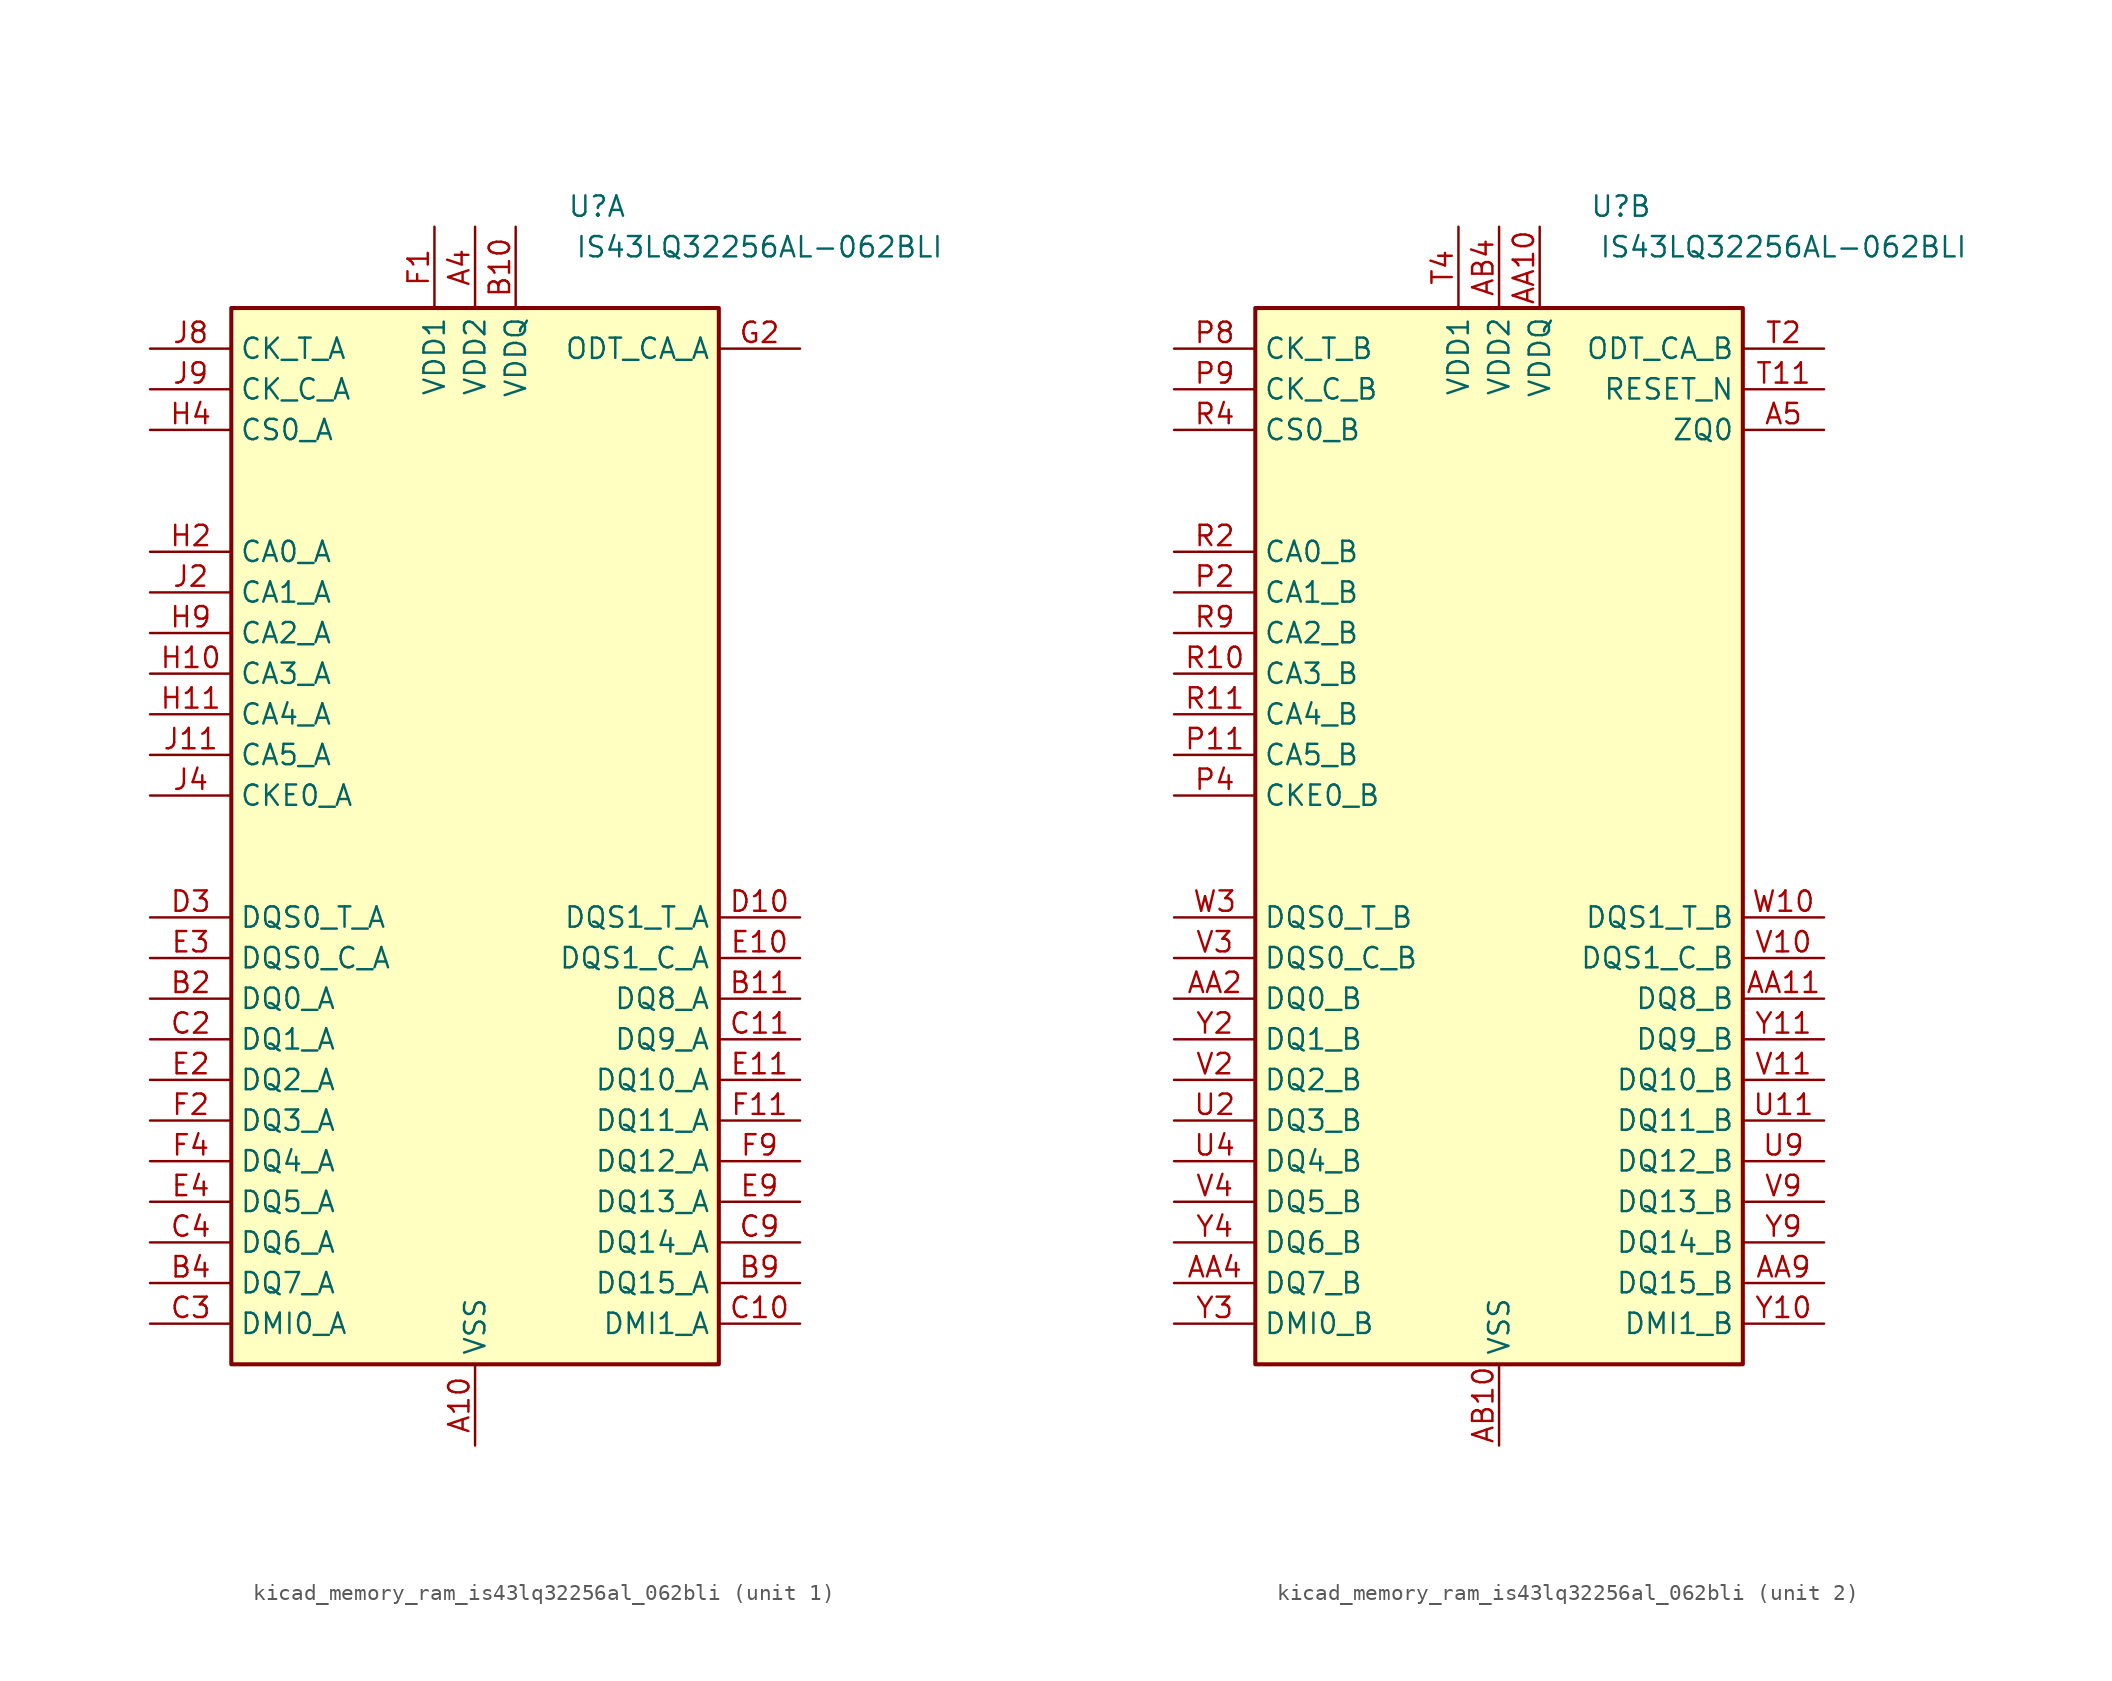
<source format=kicad_sym>
(kicad_symbol_lib
  (version 20220914)
  (generator kicad_symbol_editor)
  (symbol "kicad_memory_ram_is43lq32256al_062bli"
    (property "Reference" "U"
      (at 7.62 39.37 0)
      (effects (font (size 1.27 1.27))))
    (property "Value" "IS43LQ32256AL-062BLI"
      (at 17.78 36.83 0)
      (effects (font (size 1.27 1.27))))
    (property "ki_locked" ""
      (at 0 0 0)
      (effects (font (size 1.27 1.27))))
    (symbol "kicad_memory_ram_is43lq32256al_062bli_1_0"
      (rectangle (start -15.24 -33.02) (end 15.24 33.02) (stroke (width 0.254) (type default)) (fill (type background))))
    (symbol "kicad_memory_ram_is43lq32256al_062bli_1_1"
      (pin no_connect line (at 15.24 12.7 180) (length 5.08) hide (name "DNU" (effects (font (size 1.27 1.27)))) (number "A1" (effects (font (size 1.27 1.27)))))
      (pin power_in line (at 0 -38.1 90) (length 5.08) (name "VSS" (effects (font (size 1.27 1.27)))) (number "A10" (effects (font (size 1.27 1.27)))))
      (pin no_connect line (at 15.24 7.62 180) (length 5.08) hide (name "DNU" (effects (font (size 1.27 1.27)))) (number "A11" (effects (font (size 1.27 1.27)))))
      (pin no_connect line (at 15.24 5.08 180) (length 5.08) hide (name "DNU" (effects (font (size 1.27 1.27)))) (number "A12" (effects (font (size 1.27 1.27)))))
      (pin no_connect line (at 15.24 10.16 180) (length 5.08) hide (name "DNU" (effects (font (size 1.27 1.27)))) (number "A2" (effects (font (size 1.27 1.27)))))
      (pin passive line (at 0 -38.1 90) (length 5.08) hide (name "VSS" (effects (font (size 1.27 1.27)))) (number "A3" (effects (font (size 1.27 1.27)))))
      (pin power_in line (at 0 38.1 270) (length 5.08) (name "VDD2" (effects (font (size 1.27 1.27)))) (number "A4" (effects (font (size 1.27 1.27)))))
      (pin passive line (at 0 38.1 270) (length 5.08) hide (name "VDD2" (effects (font (size 1.27 1.27)))) (number "A9" (effects (font (size 1.27 1.27)))))
      (pin no_connect line (at 15.24 2.54 180) (length 5.08) hide (name "DNU" (effects (font (size 1.27 1.27)))) (number "B1" (effects (font (size 1.27 1.27)))))
      (pin power_in line (at 2.54 38.1 270) (length 5.08) (name "VDDQ" (effects (font (size 1.27 1.27)))) (number "B10" (effects (font (size 1.27 1.27)))))
      (pin bidirectional line (at 20.32 -10.16 180) (length 5.08) (name "DQ8_A" (effects (font (size 1.27 1.27)))) (number "B11" (effects (font (size 1.27 1.27)))))
      (pin no_connect line (at 15.24 0 180) (length 5.08) hide (name "DNU" (effects (font (size 1.27 1.27)))) (number "B12" (effects (font (size 1.27 1.27)))))
      (pin bidirectional line (at -20.32 -10.16 0) (length 5.08) (name "DQ0_A" (effects (font (size 1.27 1.27)))) (number "B2" (effects (font (size 1.27 1.27)))))
      (pin passive line (at 2.54 38.1 270) (length 5.08) hide (name "VDDQ" (effects (font (size 1.27 1.27)))) (number "B3" (effects (font (size 1.27 1.27)))))
      (pin bidirectional line (at -20.32 -27.94 0) (length 5.08) (name "DQ7_A" (effects (font (size 1.27 1.27)))) (number "B4" (effects (font (size 1.27 1.27)))))
      (pin passive line (at 2.54 38.1 270) (length 5.08) hide (name "VDDQ" (effects (font (size 1.27 1.27)))) (number "B5" (effects (font (size 1.27 1.27)))))
      (pin passive line (at 2.54 38.1 270) (length 5.08) hide (name "VDDQ" (effects (font (size 1.27 1.27)))) (number "B8" (effects (font (size 1.27 1.27)))))
      (pin bidirectional line (at 20.32 -27.94 180) (length 5.08) (name "DQ15_A" (effects (font (size 1.27 1.27)))) (number "B9" (effects (font (size 1.27 1.27)))))
      (pin passive line (at 0 -38.1 90) (length 5.08) hide (name "VSS" (effects (font (size 1.27 1.27)))) (number "C1" (effects (font (size 1.27 1.27)))))
      (pin bidirectional line (at 20.32 -30.48 180) (length 5.08) (name "DMI1_A" (effects (font (size 1.27 1.27)))) (number "C10" (effects (font (size 1.27 1.27)))))
      (pin bidirectional line (at 20.32 -12.7 180) (length 5.08) (name "DQ9_A" (effects (font (size 1.27 1.27)))) (number "C11" (effects (font (size 1.27 1.27)))))
      (pin passive line (at 0 -38.1 90) (length 5.08) hide (name "VSS" (effects (font (size 1.27 1.27)))) (number "C12" (effects (font (size 1.27 1.27)))))
      (pin bidirectional line (at -20.32 -12.7 0) (length 5.08) (name "DQ1_A" (effects (font (size 1.27 1.27)))) (number "C2" (effects (font (size 1.27 1.27)))))
      (pin bidirectional line (at -20.32 -30.48 0) (length 5.08) (name "DMI0_A" (effects (font (size 1.27 1.27)))) (number "C3" (effects (font (size 1.27 1.27)))))
      (pin bidirectional line (at -20.32 -25.4 0) (length 5.08) (name "DQ6_A" (effects (font (size 1.27 1.27)))) (number "C4" (effects (font (size 1.27 1.27)))))
      (pin passive line (at 0 -38.1 90) (length 5.08) hide (name "VSS" (effects (font (size 1.27 1.27)))) (number "C5" (effects (font (size 1.27 1.27)))))
      (pin passive line (at 0 -38.1 90) (length 5.08) hide (name "VSS" (effects (font (size 1.27 1.27)))) (number "C8" (effects (font (size 1.27 1.27)))))
      (pin bidirectional line (at 20.32 -25.4 180) (length 5.08) (name "DQ14_A" (effects (font (size 1.27 1.27)))) (number "C9" (effects (font (size 1.27 1.27)))))
      (pin passive line (at 2.54 38.1 270) (length 5.08) hide (name "VDDQ" (effects (font (size 1.27 1.27)))) (number "D1" (effects (font (size 1.27 1.27)))))
      (pin bidirectional line (at 20.32 -5.08 180) (length 5.08) (name "DQS1_T_A" (effects (font (size 1.27 1.27)))) (number "D10" (effects (font (size 1.27 1.27)))))
      (pin passive line (at 0 -38.1 90) (length 5.08) hide (name "VSS" (effects (font (size 1.27 1.27)))) (number "D11" (effects (font (size 1.27 1.27)))))
      (pin passive line (at 2.54 38.1 270) (length 5.08) hide (name "VDDQ" (effects (font (size 1.27 1.27)))) (number "D12" (effects (font (size 1.27 1.27)))))
      (pin passive line (at 0 -38.1 90) (length 5.08) hide (name "VSS" (effects (font (size 1.27 1.27)))) (number "D2" (effects (font (size 1.27 1.27)))))
      (pin bidirectional line (at -20.32 -5.08 0) (length 5.08) (name "DQS0_T_A" (effects (font (size 1.27 1.27)))) (number "D3" (effects (font (size 1.27 1.27)))))
      (pin passive line (at 0 -38.1 90) (length 5.08) hide (name "VSS" (effects (font (size 1.27 1.27)))) (number "D4" (effects (font (size 1.27 1.27)))))
      (pin passive line (at 2.54 38.1 270) (length 5.08) hide (name "VDDQ" (effects (font (size 1.27 1.27)))) (number "D5" (effects (font (size 1.27 1.27)))))
      (pin passive line (at 2.54 38.1 270) (length 5.08) hide (name "VDDQ" (effects (font (size 1.27 1.27)))) (number "D8" (effects (font (size 1.27 1.27)))))
      (pin passive line (at 0 -38.1 90) (length 5.08) hide (name "VSS" (effects (font (size 1.27 1.27)))) (number "D9" (effects (font (size 1.27 1.27)))))
      (pin passive line (at 0 -38.1 90) (length 5.08) hide (name "VSS" (effects (font (size 1.27 1.27)))) (number "E1" (effects (font (size 1.27 1.27)))))
      (pin bidirectional line (at 20.32 -7.62 180) (length 5.08) (name "DQS1_C_A" (effects (font (size 1.27 1.27)))) (number "E10" (effects (font (size 1.27 1.27)))))
      (pin bidirectional line (at 20.32 -15.24 180) (length 5.08) (name "DQ10_A" (effects (font (size 1.27 1.27)))) (number "E11" (effects (font (size 1.27 1.27)))))
      (pin passive line (at 0 -38.1 90) (length 5.08) hide (name "VSS" (effects (font (size 1.27 1.27)))) (number "E12" (effects (font (size 1.27 1.27)))))
      (pin bidirectional line (at -20.32 -15.24 0) (length 5.08) (name "DQ2_A" (effects (font (size 1.27 1.27)))) (number "E2" (effects (font (size 1.27 1.27)))))
      (pin bidirectional line (at -20.32 -7.62 0) (length 5.08) (name "DQS0_C_A" (effects (font (size 1.27 1.27)))) (number "E3" (effects (font (size 1.27 1.27)))))
      (pin bidirectional line (at -20.32 -22.86 0) (length 5.08) (name "DQ5_A" (effects (font (size 1.27 1.27)))) (number "E4" (effects (font (size 1.27 1.27)))))
      (pin passive line (at 0 -38.1 90) (length 5.08) hide (name "VSS" (effects (font (size 1.27 1.27)))) (number "E5" (effects (font (size 1.27 1.27)))))
      (pin passive line (at 0 -38.1 90) (length 5.08) hide (name "VSS" (effects (font (size 1.27 1.27)))) (number "E8" (effects (font (size 1.27 1.27)))))
      (pin bidirectional line (at 20.32 -22.86 180) (length 5.08) (name "DQ13_A" (effects (font (size 1.27 1.27)))) (number "E9" (effects (font (size 1.27 1.27)))))
      (pin power_in line (at -2.54 38.1 270) (length 5.08) (name "VDD1" (effects (font (size 1.27 1.27)))) (number "F1" (effects (font (size 1.27 1.27)))))
      (pin passive line (at 2.54 38.1 270) (length 5.08) hide (name "VDDQ" (effects (font (size 1.27 1.27)))) (number "F10" (effects (font (size 1.27 1.27)))))
      (pin bidirectional line (at 20.32 -17.78 180) (length 5.08) (name "DQ11_A" (effects (font (size 1.27 1.27)))) (number "F11" (effects (font (size 1.27 1.27)))))
      (pin passive line (at -2.54 38.1 270) (length 5.08) hide (name "VDD1" (effects (font (size 1.27 1.27)))) (number "F12" (effects (font (size 1.27 1.27)))))
      (pin bidirectional line (at -20.32 -17.78 0) (length 5.08) (name "DQ3_A" (effects (font (size 1.27 1.27)))) (number "F2" (effects (font (size 1.27 1.27)))))
      (pin passive line (at 2.54 38.1 270) (length 5.08) hide (name "VDDQ" (effects (font (size 1.27 1.27)))) (number "F3" (effects (font (size 1.27 1.27)))))
      (pin bidirectional line (at -20.32 -20.32 0) (length 5.08) (name "DQ4_A" (effects (font (size 1.27 1.27)))) (number "F4" (effects (font (size 1.27 1.27)))))
      (pin passive line (at 0 38.1 270) (length 5.08) hide (name "VDD2" (effects (font (size 1.27 1.27)))) (number "F5" (effects (font (size 1.27 1.27)))))
      (pin passive line (at 0 38.1 270) (length 5.08) hide (name "VDD2" (effects (font (size 1.27 1.27)))) (number "F8" (effects (font (size 1.27 1.27)))))
      (pin bidirectional line (at 20.32 -20.32 180) (length 5.08) (name "DQ12_A" (effects (font (size 1.27 1.27)))) (number "F9" (effects (font (size 1.27 1.27)))))
      (pin passive line (at 0 -38.1 90) (length 5.08) hide (name "VSS" (effects (font (size 1.27 1.27)))) (number "G1" (effects (font (size 1.27 1.27)))))
      (pin passive line (at 0 -38.1 90) (length 5.08) hide (name "VSS" (effects (font (size 1.27 1.27)))) (number "G10" (effects (font (size 1.27 1.27)))))
      (pin passive line (at 0 -38.1 90) (length 5.08) hide (name "VSS" (effects (font (size 1.27 1.27)))) (number "G12" (effects (font (size 1.27 1.27)))))
      (pin input line (at 20.32 30.48 180) (length 5.08) (name "ODT_CA_A" (effects (font (size 1.27 1.27)))) (number "G2" (effects (font (size 1.27 1.27)))))
      (pin passive line (at 0 -38.1 90) (length 5.08) hide (name "VSS" (effects (font (size 1.27 1.27)))) (number "G3" (effects (font (size 1.27 1.27)))))
      (pin passive line (at -2.54 38.1 270) (length 5.08) hide (name "VDD1" (effects (font (size 1.27 1.27)))) (number "G4" (effects (font (size 1.27 1.27)))))
      (pin passive line (at 0 -38.1 90) (length 5.08) hide (name "VSS" (effects (font (size 1.27 1.27)))) (number "G5" (effects (font (size 1.27 1.27)))))
      (pin passive line (at 0 -38.1 90) (length 5.08) hide (name "VSS" (effects (font (size 1.27 1.27)))) (number "G8" (effects (font (size 1.27 1.27)))))
      (pin passive line (at -2.54 38.1 270) (length 5.08) hide (name "VDD1" (effects (font (size 1.27 1.27)))) (number "G9" (effects (font (size 1.27 1.27)))))
      (pin passive line (at 0 38.1 270) (length 5.08) hide (name "VDD2" (effects (font (size 1.27 1.27)))) (number "H1" (effects (font (size 1.27 1.27)))))
      (pin input line (at -20.32 10.16 0) (length 5.08) (name "CA3_A" (effects (font (size 1.27 1.27)))) (number "H10" (effects (font (size 1.27 1.27)))))
      (pin input line (at -20.32 7.62 0) (length 5.08) (name "CA4_A" (effects (font (size 1.27 1.27)))) (number "H11" (effects (font (size 1.27 1.27)))))
      (pin passive line (at 0 38.1 270) (length 5.08) hide (name "VDD2" (effects (font (size 1.27 1.27)))) (number "H12" (effects (font (size 1.27 1.27)))))
      (pin input line (at -20.32 17.78 0) (length 5.08) (name "CA0_A" (effects (font (size 1.27 1.27)))) (number "H2" (effects (font (size 1.27 1.27)))))
      (pin no_connect line (at -15.24 22.86 0) (length 5.08) hide (name "NC" (effects (font (size 1.27 1.27)))) (number "H3" (effects (font (size 1.27 1.27)))))
      (pin input line (at -20.32 25.4 0) (length 5.08) (name "CS0_A" (effects (font (size 1.27 1.27)))) (number "H4" (effects (font (size 1.27 1.27)))))
      (pin passive line (at 0 38.1 270) (length 5.08) hide (name "VDD2" (effects (font (size 1.27 1.27)))) (number "H5" (effects (font (size 1.27 1.27)))))
      (pin passive line (at 0 38.1 270) (length 5.08) hide (name "VDD2" (effects (font (size 1.27 1.27)))) (number "H8" (effects (font (size 1.27 1.27)))))
      (pin input line (at -20.32 12.7 0) (length 5.08) (name "CA2_A" (effects (font (size 1.27 1.27)))) (number "H9" (effects (font (size 1.27 1.27)))))
      (pin passive line (at 0 -38.1 90) (length 5.08) hide (name "VSS" (effects (font (size 1.27 1.27)))) (number "J1" (effects (font (size 1.27 1.27)))))
      (pin passive line (at 0 -38.1 90) (length 5.08) hide (name "VSS" (effects (font (size 1.27 1.27)))) (number "J10" (effects (font (size 1.27 1.27)))))
      (pin input line (at -20.32 5.08 0) (length 5.08) (name "CA5_A" (effects (font (size 1.27 1.27)))) (number "J11" (effects (font (size 1.27 1.27)))))
      (pin passive line (at 0 -38.1 90) (length 5.08) hide (name "VSS" (effects (font (size 1.27 1.27)))) (number "J12" (effects (font (size 1.27 1.27)))))
      (pin input line (at -20.32 15.24 0) (length 5.08) (name "CA1_A" (effects (font (size 1.27 1.27)))) (number "J2" (effects (font (size 1.27 1.27)))))
      (pin passive line (at 0 -38.1 90) (length 5.08) hide (name "VSS" (effects (font (size 1.27 1.27)))) (number "J3" (effects (font (size 1.27 1.27)))))
      (pin input line (at -20.32 2.54 0) (length 5.08) (name "CKE0_A" (effects (font (size 1.27 1.27)))) (number "J4" (effects (font (size 1.27 1.27)))))
      (pin no_connect line (at -15.24 0 0) (length 5.08) hide (name "NC" (effects (font (size 1.27 1.27)))) (number "J5" (effects (font (size 1.27 1.27)))))
      (pin input line (at -20.32 30.48 0) (length 5.08) (name "CK_T_A" (effects (font (size 1.27 1.27)))) (number "J8" (effects (font (size 1.27 1.27)))))
      (pin input line (at -20.32 27.94 0) (length 5.08) (name "CK_C_A" (effects (font (size 1.27 1.27)))) (number "J9" (effects (font (size 1.27 1.27)))))
      (pin passive line (at 0 38.1 270) (length 5.08) hide (name "VDD2" (effects (font (size 1.27 1.27)))) (number "K1" (effects (font (size 1.27 1.27)))))
      (pin passive line (at 0 38.1 270) (length 5.08) hide (name "VDD2" (effects (font (size 1.27 1.27)))) (number "K10" (effects (font (size 1.27 1.27)))))
      (pin passive line (at 0 -38.1 90) (length 5.08) hide (name "VSS" (effects (font (size 1.27 1.27)))) (number "K11" (effects (font (size 1.27 1.27)))))
      (pin passive line (at 0 38.1 270) (length 5.08) hide (name "VDD2" (effects (font (size 1.27 1.27)))) (number "K12" (effects (font (size 1.27 1.27)))))
      (pin passive line (at 0 -38.1 90) (length 5.08) hide (name "VSS" (effects (font (size 1.27 1.27)))) (number "K2" (effects (font (size 1.27 1.27)))))
      (pin passive line (at 0 38.1 270) (length 5.08) hide (name "VDD2" (effects (font (size 1.27 1.27)))) (number "K3" (effects (font (size 1.27 1.27)))))
      (pin passive line (at 0 -38.1 90) (length 5.08) hide (name "VSS" (effects (font (size 1.27 1.27)))) (number "K4" (effects (font (size 1.27 1.27)))))
      (pin no_connect line (at -15.24 20.32 0) (length 5.08) hide (name "NC" (effects (font (size 1.27 1.27)))) (number "K5" (effects (font (size 1.27 1.27)))))
      (pin no_connect line (at -15.24 -2.54 0) (length 5.08) hide (name "NC" (effects (font (size 1.27 1.27)))) (number "K8" (effects (font (size 1.27 1.27)))))
      (pin passive line (at 0 -38.1 90) (length 5.08) hide (name "VSS" (effects (font (size 1.27 1.27)))) (number "K9" (effects (font (size 1.27 1.27))))))
    (symbol "kicad_memory_ram_is43lq32256al_062bli_2_0"
      (rectangle (start -15.24 -33.02) (end 15.24 33.02) (stroke (width 0.254) (type default)) (fill (type background))))
    (symbol "kicad_memory_ram_is43lq32256al_062bli_2_1"
      (pin input line (at 20.32 25.4 180) (length 5.08) (name "ZQ0" (effects (font (size 1.27 1.27)))) (number "A5" (effects (font (size 1.27 1.27)))))
      (pin no_connect line (at 15.24 22.86 180) (length 5.08) hide (name "NC" (effects (font (size 1.27 1.27)))) (number "A8" (effects (font (size 1.27 1.27)))))
      (pin no_connect line (at 15.24 12.7 180) (length 5.08) hide (name "DNU" (effects (font (size 1.27 1.27)))) (number "AA1" (effects (font (size 1.27 1.27)))))
      (pin power_in line (at 2.54 38.1 270) (length 5.08) (name "VDDQ" (effects (font (size 1.27 1.27)))) (number "AA10" (effects (font (size 1.27 1.27)))))
      (pin bidirectional line (at 20.32 -10.16 180) (length 5.08) (name "DQ8_B" (effects (font (size 1.27 1.27)))) (number "AA11" (effects (font (size 1.27 1.27)))))
      (pin no_connect line (at 15.24 10.16 180) (length 5.08) hide (name "DNU" (effects (font (size 1.27 1.27)))) (number "AA12" (effects (font (size 1.27 1.27)))))
      (pin bidirectional line (at -20.32 -10.16 0) (length 5.08) (name "DQ0_B" (effects (font (size 1.27 1.27)))) (number "AA2" (effects (font (size 1.27 1.27)))))
      (pin passive line (at 2.54 38.1 270) (length 5.08) hide (name "VDDQ" (effects (font (size 1.27 1.27)))) (number "AA3" (effects (font (size 1.27 1.27)))))
      (pin bidirectional line (at -20.32 -27.94 0) (length 5.08) (name "DQ7_B" (effects (font (size 1.27 1.27)))) (number "AA4" (effects (font (size 1.27 1.27)))))
      (pin passive line (at 2.54 38.1 270) (length 5.08) hide (name "VDDQ" (effects (font (size 1.27 1.27)))) (number "AA5" (effects (font (size 1.27 1.27)))))
      (pin passive line (at 2.54 38.1 270) (length 5.08) hide (name "VDDQ" (effects (font (size 1.27 1.27)))) (number "AA8" (effects (font (size 1.27 1.27)))))
      (pin bidirectional line (at 20.32 -27.94 180) (length 5.08) (name "DQ15_B" (effects (font (size 1.27 1.27)))) (number "AA9" (effects (font (size 1.27 1.27)))))
      (pin no_connect line (at 15.24 7.62 180) (length 5.08) hide (name "DNU" (effects (font (size 1.27 1.27)))) (number "AB1" (effects (font (size 1.27 1.27)))))
      (pin power_in line (at 0 -38.1 90) (length 5.08) (name "VSS" (effects (font (size 1.27 1.27)))) (number "AB10" (effects (font (size 1.27 1.27)))))
      (pin no_connect line (at 15.24 2.54 180) (length 5.08) hide (name "DNU" (effects (font (size 1.27 1.27)))) (number "AB11" (effects (font (size 1.27 1.27)))))
      (pin no_connect line (at 15.24 0 180) (length 5.08) hide (name "DNU" (effects (font (size 1.27 1.27)))) (number "AB12" (effects (font (size 1.27 1.27)))))
      (pin no_connect line (at 15.24 5.08 180) (length 5.08) hide (name "DNU" (effects (font (size 1.27 1.27)))) (number "AB2" (effects (font (size 1.27 1.27)))))
      (pin passive line (at 0 -38.1 90) (length 5.08) hide (name "VSS" (effects (font (size 1.27 1.27)))) (number "AB3" (effects (font (size 1.27 1.27)))))
      (pin power_in line (at 0 38.1 270) (length 5.08) (name "VDD2" (effects (font (size 1.27 1.27)))) (number "AB4" (effects (font (size 1.27 1.27)))))
      (pin passive line (at 0 -38.1 90) (length 5.08) hide (name "VSS" (effects (font (size 1.27 1.27)))) (number "AB5" (effects (font (size 1.27 1.27)))))
      (pin passive line (at 0 -38.1 90) (length 5.08) hide (name "VSS" (effects (font (size 1.27 1.27)))) (number "AB8" (effects (font (size 1.27 1.27)))))
      (pin passive line (at 0 38.1 270) (length 5.08) hide (name "VDD2" (effects (font (size 1.27 1.27)))) (number "AB9" (effects (font (size 1.27 1.27)))))
      (pin no_connect line (at 15.24 20.32 180) (length 5.08) hide (name "NC" (effects (font (size 1.27 1.27)))) (number "G11" (effects (font (size 1.27 1.27)))))
      (pin passive line (at 0 38.1 270) (length 5.08) hide (name "VDD2" (effects (font (size 1.27 1.27)))) (number "N1" (effects (font (size 1.27 1.27)))))
      (pin passive line (at 0 38.1 270) (length 5.08) hide (name "VDD2" (effects (font (size 1.27 1.27)))) (number "N10" (effects (font (size 1.27 1.27)))))
      (pin passive line (at 0 -38.1 90) (length 5.08) hide (name "VSS" (effects (font (size 1.27 1.27)))) (number "N11" (effects (font (size 1.27 1.27)))))
      (pin passive line (at 0 38.1 270) (length 5.08) hide (name "VDD2" (effects (font (size 1.27 1.27)))) (number "N12" (effects (font (size 1.27 1.27)))))
      (pin passive line (at 0 -38.1 90) (length 5.08) hide (name "VSS" (effects (font (size 1.27 1.27)))) (number "N2" (effects (font (size 1.27 1.27)))))
      (pin passive line (at 0 38.1 270) (length 5.08) hide (name "VDD2" (effects (font (size 1.27 1.27)))) (number "N3" (effects (font (size 1.27 1.27)))))
      (pin passive line (at 0 -38.1 90) (length 5.08) hide (name "VSS" (effects (font (size 1.27 1.27)))) (number "N4" (effects (font (size 1.27 1.27)))))
      (pin no_connect line (at -15.24 20.32 0) (length 5.08) hide (name "NC" (effects (font (size 1.27 1.27)))) (number "N5" (effects (font (size 1.27 1.27)))))
      (pin no_connect line (at -15.24 -2.54 0) (length 5.08) hide (name "NC" (effects (font (size 1.27 1.27)))) (number "N8" (effects (font (size 1.27 1.27)))))
      (pin passive line (at 0 -38.1 90) (length 5.08) hide (name "VSS" (effects (font (size 1.27 1.27)))) (number "N9" (effects (font (size 1.27 1.27)))))
      (pin passive line (at 0 -38.1 90) (length 5.08) hide (name "VSS" (effects (font (size 1.27 1.27)))) (number "P1" (effects (font (size 1.27 1.27)))))
      (pin passive line (at 0 -38.1 90) (length 5.08) hide (name "VSS" (effects (font (size 1.27 1.27)))) (number "P10" (effects (font (size 1.27 1.27)))))
      (pin input line (at -20.32 5.08 0) (length 5.08) (name "CA5_B" (effects (font (size 1.27 1.27)))) (number "P11" (effects (font (size 1.27 1.27)))))
      (pin passive line (at 0 -38.1 90) (length 5.08) hide (name "VSS" (effects (font (size 1.27 1.27)))) (number "P12" (effects (font (size 1.27 1.27)))))
      (pin input line (at -20.32 15.24 0) (length 5.08) (name "CA1_B" (effects (font (size 1.27 1.27)))) (number "P2" (effects (font (size 1.27 1.27)))))
      (pin passive line (at 0 -38.1 90) (length 5.08) hide (name "VSS" (effects (font (size 1.27 1.27)))) (number "P3" (effects (font (size 1.27 1.27)))))
      (pin input line (at -20.32 2.54 0) (length 5.08) (name "CKE0_B" (effects (font (size 1.27 1.27)))) (number "P4" (effects (font (size 1.27 1.27)))))
      (pin no_connect line (at -15.24 0 0) (length 5.08) hide (name "NC" (effects (font (size 1.27 1.27)))) (number "P5" (effects (font (size 1.27 1.27)))))
      (pin input line (at -20.32 30.48 0) (length 5.08) (name "CK_T_B" (effects (font (size 1.27 1.27)))) (number "P8" (effects (font (size 1.27 1.27)))))
      (pin input line (at -20.32 27.94 0) (length 5.08) (name "CK_C_B" (effects (font (size 1.27 1.27)))) (number "P9" (effects (font (size 1.27 1.27)))))
      (pin passive line (at 0 38.1 270) (length 5.08) hide (name "VDD2" (effects (font (size 1.27 1.27)))) (number "R1" (effects (font (size 1.27 1.27)))))
      (pin input line (at -20.32 10.16 0) (length 5.08) (name "CA3_B" (effects (font (size 1.27 1.27)))) (number "R10" (effects (font (size 1.27 1.27)))))
      (pin input line (at -20.32 7.62 0) (length 5.08) (name "CA4_B" (effects (font (size 1.27 1.27)))) (number "R11" (effects (font (size 1.27 1.27)))))
      (pin passive line (at 0 38.1 270) (length 5.08) hide (name "VDD2" (effects (font (size 1.27 1.27)))) (number "R12" (effects (font (size 1.27 1.27)))))
      (pin input line (at -20.32 17.78 0) (length 5.08) (name "CA0_B" (effects (font (size 1.27 1.27)))) (number "R2" (effects (font (size 1.27 1.27)))))
      (pin no_connect line (at -15.24 22.86 0) (length 5.08) hide (name "NC" (effects (font (size 1.27 1.27)))) (number "R3" (effects (font (size 1.27 1.27)))))
      (pin input line (at -20.32 25.4 0) (length 5.08) (name "CS0_B" (effects (font (size 1.27 1.27)))) (number "R4" (effects (font (size 1.27 1.27)))))
      (pin passive line (at 0 38.1 270) (length 5.08) hide (name "VDD2" (effects (font (size 1.27 1.27)))) (number "R5" (effects (font (size 1.27 1.27)))))
      (pin passive line (at 0 38.1 270) (length 5.08) hide (name "VDD2" (effects (font (size 1.27 1.27)))) (number "R8" (effects (font (size 1.27 1.27)))))
      (pin input line (at -20.32 12.7 0) (length 5.08) (name "CA2_B" (effects (font (size 1.27 1.27)))) (number "R9" (effects (font (size 1.27 1.27)))))
      (pin passive line (at 0 -38.1 90) (length 5.08) hide (name "VSS" (effects (font (size 1.27 1.27)))) (number "T1" (effects (font (size 1.27 1.27)))))
      (pin passive line (at 0 -38.1 90) (length 5.08) hide (name "VSS" (effects (font (size 1.27 1.27)))) (number "T10" (effects (font (size 1.27 1.27)))))
      (pin input line (at 20.32 27.94 180) (length 5.08) (name "RESET_N" (effects (font (size 1.27 1.27)))) (number "T11" (effects (font (size 1.27 1.27)))))
      (pin passive line (at 0 -38.1 90) (length 5.08) hide (name "VSS" (effects (font (size 1.27 1.27)))) (number "T12" (effects (font (size 1.27 1.27)))))
      (pin input line (at 20.32 30.48 180) (length 5.08) (name "ODT_CA_B" (effects (font (size 1.27 1.27)))) (number "T2" (effects (font (size 1.27 1.27)))))
      (pin passive line (at 0 -38.1 90) (length 5.08) hide (name "VSS" (effects (font (size 1.27 1.27)))) (number "T3" (effects (font (size 1.27 1.27)))))
      (pin power_in line (at -2.54 38.1 270) (length 5.08) (name "VDD1" (effects (font (size 1.27 1.27)))) (number "T4" (effects (font (size 1.27 1.27)))))
      (pin passive line (at 0 -38.1 90) (length 5.08) hide (name "VSS" (effects (font (size 1.27 1.27)))) (number "T5" (effects (font (size 1.27 1.27)))))
      (pin passive line (at 0 -38.1 90) (length 5.08) hide (name "VSS" (effects (font (size 1.27 1.27)))) (number "T8" (effects (font (size 1.27 1.27)))))
      (pin passive line (at -2.54 38.1 270) (length 5.08) hide (name "VDD1" (effects (font (size 1.27 1.27)))) (number "T9" (effects (font (size 1.27 1.27)))))
      (pin passive line (at -2.54 38.1 270) (length 5.08) hide (name "VDD1" (effects (font (size 1.27 1.27)))) (number "U1" (effects (font (size 1.27 1.27)))))
      (pin passive line (at 2.54 38.1 270) (length 5.08) hide (name "VDDQ" (effects (font (size 1.27 1.27)))) (number "U10" (effects (font (size 1.27 1.27)))))
      (pin bidirectional line (at 20.32 -17.78 180) (length 5.08) (name "DQ11_B" (effects (font (size 1.27 1.27)))) (number "U11" (effects (font (size 1.27 1.27)))))
      (pin passive line (at -2.54 38.1 270) (length 5.08) hide (name "VDD1" (effects (font (size 1.27 1.27)))) (number "U12" (effects (font (size 1.27 1.27)))))
      (pin bidirectional line (at -20.32 -17.78 0) (length 5.08) (name "DQ3_B" (effects (font (size 1.27 1.27)))) (number "U2" (effects (font (size 1.27 1.27)))))
      (pin passive line (at 2.54 38.1 270) (length 5.08) hide (name "VDDQ" (effects (font (size 1.27 1.27)))) (number "U3" (effects (font (size 1.27 1.27)))))
      (pin bidirectional line (at -20.32 -20.32 0) (length 5.08) (name "DQ4_B" (effects (font (size 1.27 1.27)))) (number "U4" (effects (font (size 1.27 1.27)))))
      (pin passive line (at 0 38.1 270) (length 5.08) hide (name "VDD2" (effects (font (size 1.27 1.27)))) (number "U5" (effects (font (size 1.27 1.27)))))
      (pin passive line (at 0 38.1 270) (length 5.08) hide (name "VDD2" (effects (font (size 1.27 1.27)))) (number "U8" (effects (font (size 1.27 1.27)))))
      (pin bidirectional line (at 20.32 -20.32 180) (length 5.08) (name "DQ12_B" (effects (font (size 1.27 1.27)))) (number "U9" (effects (font (size 1.27 1.27)))))
      (pin passive line (at 0 -38.1 90) (length 5.08) hide (name "VSS" (effects (font (size 1.27 1.27)))) (number "V1" (effects (font (size 1.27 1.27)))))
      (pin bidirectional line (at 20.32 -7.62 180) (length 5.08) (name "DQS1_C_B" (effects (font (size 1.27 1.27)))) (number "V10" (effects (font (size 1.27 1.27)))))
      (pin bidirectional line (at 20.32 -15.24 180) (length 5.08) (name "DQ10_B" (effects (font (size 1.27 1.27)))) (number "V11" (effects (font (size 1.27 1.27)))))
      (pin passive line (at 0 -38.1 90) (length 5.08) hide (name "VSS" (effects (font (size 1.27 1.27)))) (number "V12" (effects (font (size 1.27 1.27)))))
      (pin bidirectional line (at -20.32 -15.24 0) (length 5.08) (name "DQ2_B" (effects (font (size 1.27 1.27)))) (number "V2" (effects (font (size 1.27 1.27)))))
      (pin bidirectional line (at -20.32 -7.62 0) (length 5.08) (name "DQS0_C_B" (effects (font (size 1.27 1.27)))) (number "V3" (effects (font (size 1.27 1.27)))))
      (pin bidirectional line (at -20.32 -22.86 0) (length 5.08) (name "DQ5_B" (effects (font (size 1.27 1.27)))) (number "V4" (effects (font (size 1.27 1.27)))))
      (pin passive line (at 0 -38.1 90) (length 5.08) hide (name "VSS" (effects (font (size 1.27 1.27)))) (number "V5" (effects (font (size 1.27 1.27)))))
      (pin passive line (at 0 -38.1 90) (length 5.08) hide (name "VSS" (effects (font (size 1.27 1.27)))) (number "V8" (effects (font (size 1.27 1.27)))))
      (pin bidirectional line (at 20.32 -22.86 180) (length 5.08) (name "DQ13_B" (effects (font (size 1.27 1.27)))) (number "V9" (effects (font (size 1.27 1.27)))))
      (pin passive line (at 2.54 38.1 270) (length 5.08) hide (name "VDDQ" (effects (font (size 1.27 1.27)))) (number "W1" (effects (font (size 1.27 1.27)))))
      (pin bidirectional line (at 20.32 -5.08 180) (length 5.08) (name "DQS1_T_B" (effects (font (size 1.27 1.27)))) (number "W10" (effects (font (size 1.27 1.27)))))
      (pin passive line (at 0 -38.1 90) (length 5.08) hide (name "VSS" (effects (font (size 1.27 1.27)))) (number "W11" (effects (font (size 1.27 1.27)))))
      (pin passive line (at 2.54 38.1 270) (length 5.08) hide (name "VDDQ" (effects (font (size 1.27 1.27)))) (number "W12" (effects (font (size 1.27 1.27)))))
      (pin passive line (at 0 -38.1 90) (length 5.08) hide (name "VSS" (effects (font (size 1.27 1.27)))) (number "W2" (effects (font (size 1.27 1.27)))))
      (pin bidirectional line (at -20.32 -5.08 0) (length 5.08) (name "DQS0_T_B" (effects (font (size 1.27 1.27)))) (number "W3" (effects (font (size 1.27 1.27)))))
      (pin passive line (at 0 -38.1 90) (length 5.08) hide (name "VSS" (effects (font (size 1.27 1.27)))) (number "W4" (effects (font (size 1.27 1.27)))))
      (pin passive line (at 2.54 38.1 270) (length 5.08) hide (name "VDDQ" (effects (font (size 1.27 1.27)))) (number "W5" (effects (font (size 1.27 1.27)))))
      (pin passive line (at 2.54 38.1 270) (length 5.08) hide (name "VDDQ" (effects (font (size 1.27 1.27)))) (number "W8" (effects (font (size 1.27 1.27)))))
      (pin passive line (at 0 -38.1 90) (length 5.08) hide (name "VSS" (effects (font (size 1.27 1.27)))) (number "W9" (effects (font (size 1.27 1.27)))))
      (pin passive line (at 0 -38.1 90) (length 5.08) hide (name "VSS" (effects (font (size 1.27 1.27)))) (number "Y1" (effects (font (size 1.27 1.27)))))
      (pin bidirectional line (at 20.32 -30.48 180) (length 5.08) (name "DMI1_B" (effects (font (size 1.27 1.27)))) (number "Y10" (effects (font (size 1.27 1.27)))))
      (pin bidirectional line (at 20.32 -12.7 180) (length 5.08) (name "DQ9_B" (effects (font (size 1.27 1.27)))) (number "Y11" (effects (font (size 1.27 1.27)))))
      (pin passive line (at 0 -38.1 90) (length 5.08) hide (name "VSS" (effects (font (size 1.27 1.27)))) (number "Y12" (effects (font (size 1.27 1.27)))))
      (pin bidirectional line (at -20.32 -12.7 0) (length 5.08) (name "DQ1_B" (effects (font (size 1.27 1.27)))) (number "Y2" (effects (font (size 1.27 1.27)))))
      (pin bidirectional line (at -20.32 -30.48 0) (length 5.08) (name "DMI0_B" (effects (font (size 1.27 1.27)))) (number "Y3" (effects (font (size 1.27 1.27)))))
      (pin bidirectional line (at -20.32 -25.4 0) (length 5.08) (name "DQ6_B" (effects (font (size 1.27 1.27)))) (number "Y4" (effects (font (size 1.27 1.27)))))
      (pin passive line (at 0 -38.1 90) (length 5.08) hide (name "VSS" (effects (font (size 1.27 1.27)))) (number "Y5" (effects (font (size 1.27 1.27)))))
      (pin passive line (at 0 -38.1 90) (length 5.08) hide (name "VSS" (effects (font (size 1.27 1.27)))) (number "Y8" (effects (font (size 1.27 1.27)))))
      (pin bidirectional line (at 20.32 -25.4 180) (length 5.08) (name "DQ14_B" (effects (font (size 1.27 1.27)))) (number "Y9" (effects (font (size 1.27 1.27))))))))
</source>
